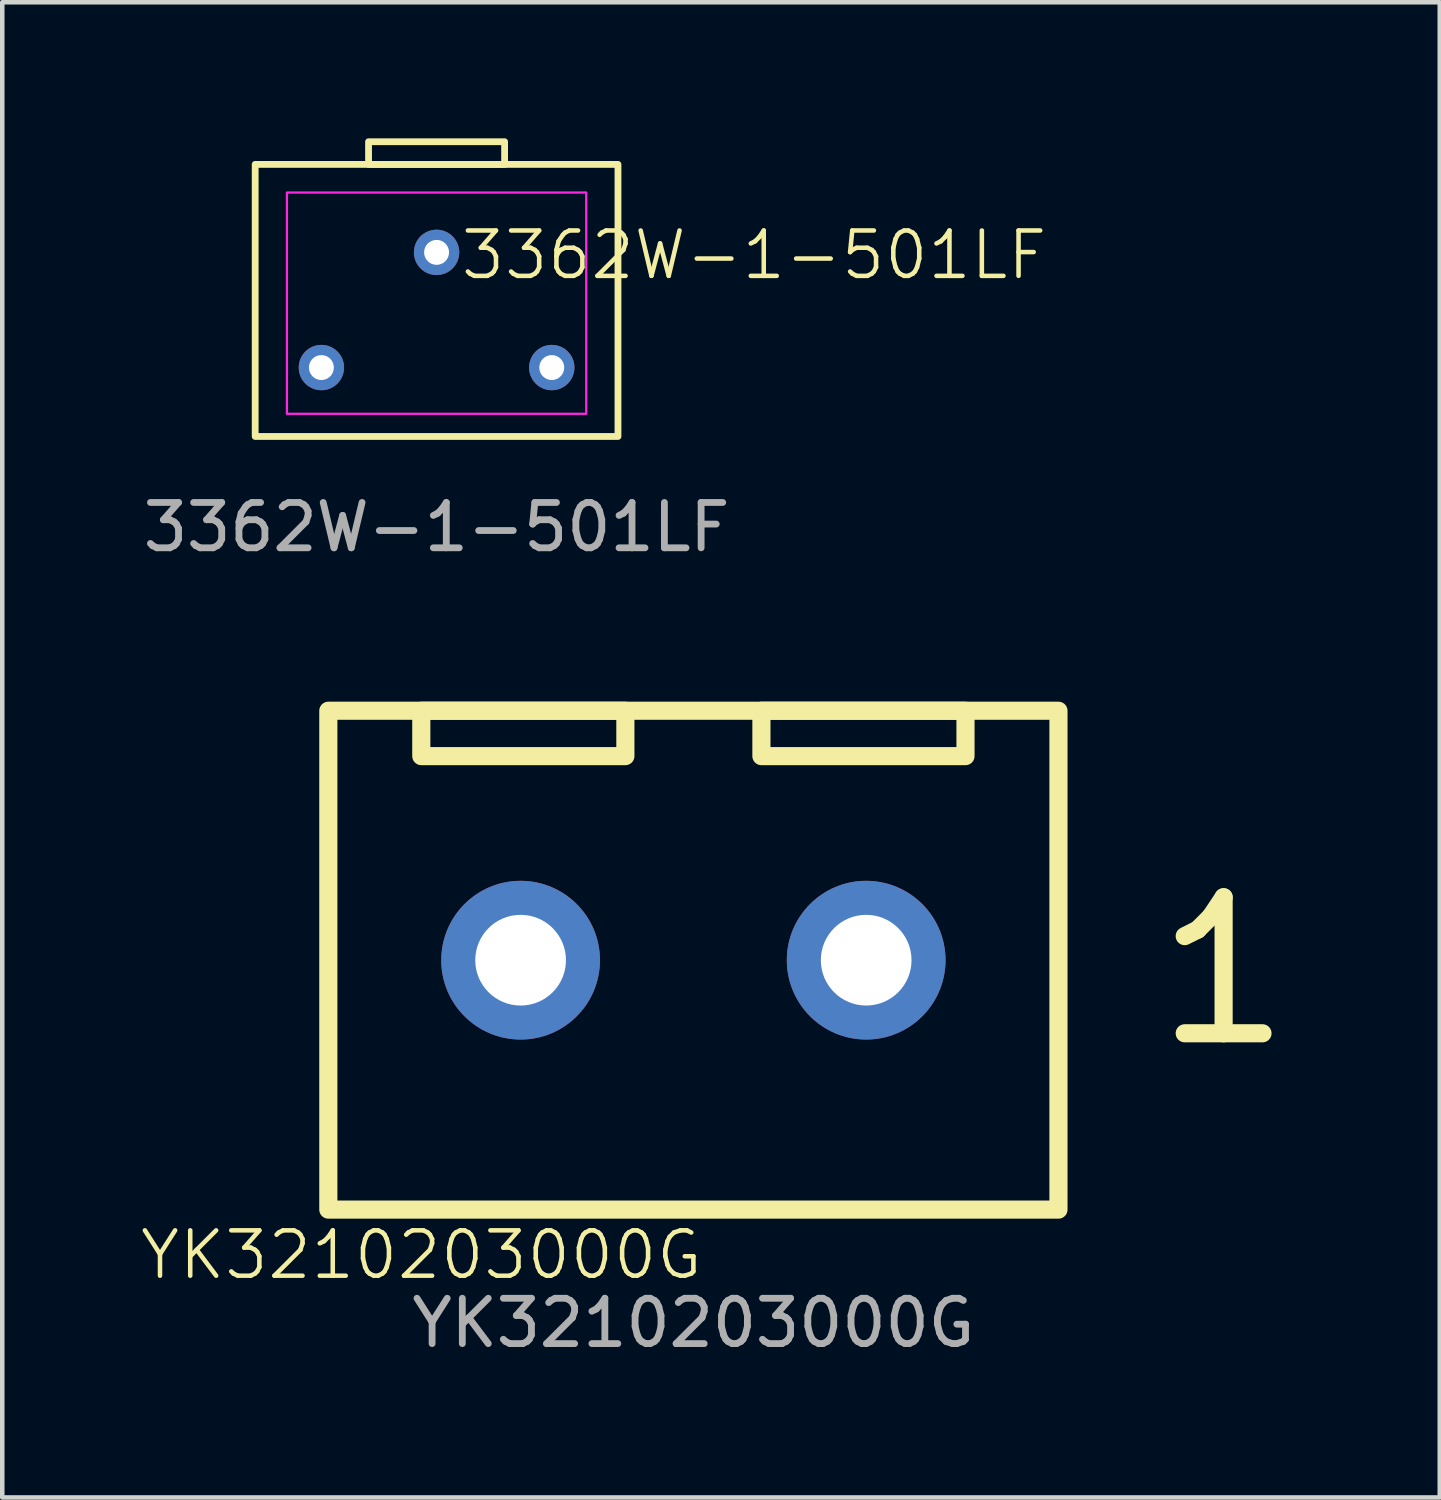
<source format=kicad_pcb>
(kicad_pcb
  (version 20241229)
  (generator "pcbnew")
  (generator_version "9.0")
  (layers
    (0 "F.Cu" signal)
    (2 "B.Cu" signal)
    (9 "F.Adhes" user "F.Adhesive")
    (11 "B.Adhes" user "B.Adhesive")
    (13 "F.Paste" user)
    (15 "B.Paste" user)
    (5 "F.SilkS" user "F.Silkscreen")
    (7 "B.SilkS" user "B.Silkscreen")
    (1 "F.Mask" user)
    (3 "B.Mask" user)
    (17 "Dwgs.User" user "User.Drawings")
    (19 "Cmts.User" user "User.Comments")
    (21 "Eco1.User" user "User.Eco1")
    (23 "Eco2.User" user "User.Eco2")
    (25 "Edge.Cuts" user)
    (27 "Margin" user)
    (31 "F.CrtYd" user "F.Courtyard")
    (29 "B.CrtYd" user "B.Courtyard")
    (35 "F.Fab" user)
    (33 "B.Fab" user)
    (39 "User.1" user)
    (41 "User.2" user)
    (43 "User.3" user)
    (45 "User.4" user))
  (footprint "YK3210203000G"
    (layer "F.Cu")
    (at 12.24 18.123)
    (property "Reference" "YK3210203000G" (at -6 6.5 0) (unlocked yes) (layer "F.SilkS") (effects (font (size 1 1) (thickness 0.1))))
    (attr smd)
    (fp_rect (start -8.05 -5.5) (end 8.05 5.5) (stroke (width 0.4) (type solid)) (fill no) (layer "F.SilkS"))
    (fp_rect (start -6 -5.5) (end -1.5 -4.5) (stroke (width 0.4) (type solid)) (fill no) (layer "F.SilkS"))
    (fp_rect (start 1.5 -5.5) (end 6 -4.5) (stroke (width 0.4) (type solid)) (fill no) (layer "F.SilkS"))
    (fp_text user "1" (at 10 2 0) (unlocked yes) (layer "F.SilkS") (effects (font (size 3 3) (thickness 0.4)) (justify left bottom)))
    (fp_text user "${REFERENCE}" (at 0 8 0) (unlocked yes) (layer "F.Fab") (effects (font (size 1 1) (thickness 0.15))))
    (pad "1" thru_hole circle (at 3.81 0) (size 3.5 3.5) (drill 2) (layers "*.Cu" "*.Mask" "B.Paste"))
    (pad "2" thru_hole circle (at -3.81 0) (size 3.5 3.5) (drill 2) (layers "*.Cu" "*.Mask" "B.Paste")))
  (footprint "3362W-1-501LF"
    (layer "F.Cu")
    (at 6.577 6.075)
    (property "Reference" "3362W-1-501LF" (at 7 -3.5 0) (unlocked yes) (layer "F.SilkS") (effects (font (size 1 1) (thickness 0.1))))
    (attr smd)
    (fp_rect (start -4 -5.5) (end 4 0.5) (stroke (width 0.15) (type solid)) (fill no) (layer "F.SilkS"))
    (fp_rect (start -1.5 -6) (end 1.5 -5.5) (stroke (width 0.15) (type solid)) (fill no) (layer "F.SilkS"))
    (fp_rect (start -3.3 -4.88) (end 3.3 0) (stroke (width 0.05) (type solid)) (fill no) (layer "F.CrtYd"))
    (fp_text user "${REFERENCE}" (at 0 2.5 0) (unlocked yes) (layer "F.Fab") (effects (font (size 1 1) (thickness 0.15))))
    (pad "1" thru_hole circle (at -2.54 -1.02) (size 1 1) (drill 0.55) (layers "*.Cu" "*.Mask"))
    (pad "2" thru_hole circle (at 0 -3.56) (size 1 1) (drill 0.55) (layers "*.Cu" "*.Mask"))
    (pad "3" thru_hole circle (at 2.54 -1.02) (size 1 1) (drill 0.55) (layers "*.Cu" "*.Mask")))
  (gr_rect
    (start -3 -3)
    (end 28.698 29.971)
    (stroke (width 0.1) (type default))
    (fill no)
    (layer "Edge.Cuts")))
</source>
